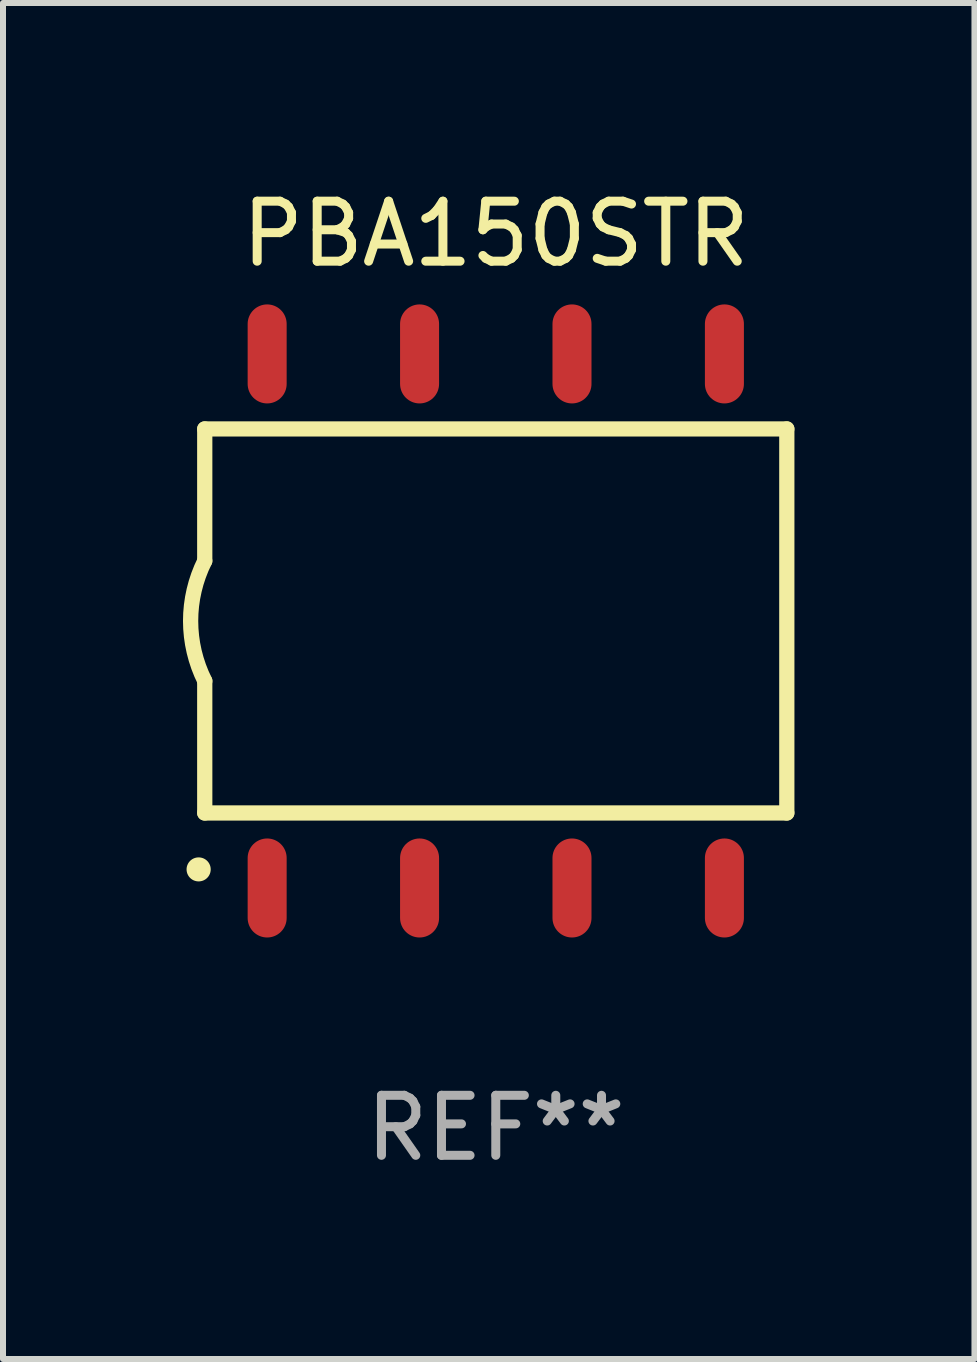
<source format=kicad_pcb>
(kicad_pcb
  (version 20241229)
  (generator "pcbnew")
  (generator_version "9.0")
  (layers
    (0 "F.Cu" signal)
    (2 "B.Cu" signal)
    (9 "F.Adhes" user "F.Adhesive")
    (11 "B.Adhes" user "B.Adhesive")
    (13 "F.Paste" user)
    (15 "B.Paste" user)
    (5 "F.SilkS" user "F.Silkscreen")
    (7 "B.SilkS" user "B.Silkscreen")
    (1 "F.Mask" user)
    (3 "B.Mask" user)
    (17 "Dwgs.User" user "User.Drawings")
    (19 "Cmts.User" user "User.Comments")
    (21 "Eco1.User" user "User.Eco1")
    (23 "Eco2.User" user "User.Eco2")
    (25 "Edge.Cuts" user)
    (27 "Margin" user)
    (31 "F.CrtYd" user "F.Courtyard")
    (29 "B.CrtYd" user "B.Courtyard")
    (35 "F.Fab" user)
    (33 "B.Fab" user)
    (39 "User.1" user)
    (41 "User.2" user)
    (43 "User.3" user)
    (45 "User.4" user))
  (footprint "PBA150STR"
    (layer "F.Cu")
    (at 5.212 7.298)
    (property "Reference" "PBA150STR" (at 0 -6.45 0) (layer "F.SilkS") (effects (font (size 1 1) (thickness 0.15))))
    (attr through_hole)
    (fp_line (start -4.85 -3.2) (end -4.85 -1) (stroke (width 0.254) (type solid)) (layer "F.SilkS"))
    (fp_line (start -4.85 -3.2) (end 4.85 -3.2) (stroke (width 0.254) (type solid)) (layer "F.SilkS"))
    (fp_line (start -4.85 3.2) (end -4.85 1) (stroke (width 0.254) (type solid)) (layer "F.SilkS"))
    (fp_line (start 4.85 -3.2) (end 4.85 3.2) (stroke (width 0.254) (type solid)) (layer "F.SilkS"))
    (fp_line (start 4.85 3.2) (end -4.85 3.2) (stroke (width 0.254) (type solid)) (layer "F.SilkS"))
    (fp_arc (start -4.95301 4.140208) (mid -4.95174 4.140204) (end -4.95047 4.140208) (stroke (width 0.4) (type solid)) (layer "F.SilkS"))
    (fp_arc (start -4.84887 1.000762) (mid -5.085418 0.000516) (end -4.850013 -1) (stroke (width 0.254001) (type solid)) (layer "F.SilkS"))
    (fp_text user "REF**" (at 0 8.45 0) (layer "F.Fab") (effects (font (size 1 1) (thickness 0.15))))
    (pad "1" smd oval (at -3.81 4.45) (size 0.65 1.65) (layers "F.Cu" "F.Mask" "F.Paste"))
    (pad "2" smd oval (at -1.27 4.45) (size 0.65 1.65) (layers "F.Cu" "F.Mask" "F.Paste"))
    (pad "3" smd oval (at 1.27 4.45) (size 0.65 1.65) (layers "F.Cu" "F.Mask" "F.Paste"))
    (pad "4" smd oval (at 3.81 4.45) (size 0.65 1.65) (layers "F.Cu" "F.Mask" "F.Paste"))
    (pad "5" smd oval (at 3.81 -4.45 180) (size 0.65 1.65) (layers "F.Cu" "F.Mask" "F.Paste"))
    (pad "6" smd oval (at 1.27 -4.45 180) (size 0.65 1.65) (layers "F.Cu" "F.Mask" "F.Paste"))
    (pad "7" smd oval (at -1.27 -4.45 180) (size 0.65 1.65) (layers "F.Cu" "F.Mask" "F.Paste"))
    (pad "8" smd oval (at -3.81 -4.45 180) (size 0.65 1.65) (layers "F.Cu" "F.Mask" "F.Paste")))
  (gr_rect
    (start -3 -3)
    (end 13.189 19.597)
    (stroke (width 0.1) (type default))
    (fill no)
    (layer "Edge.Cuts")))
</source>
